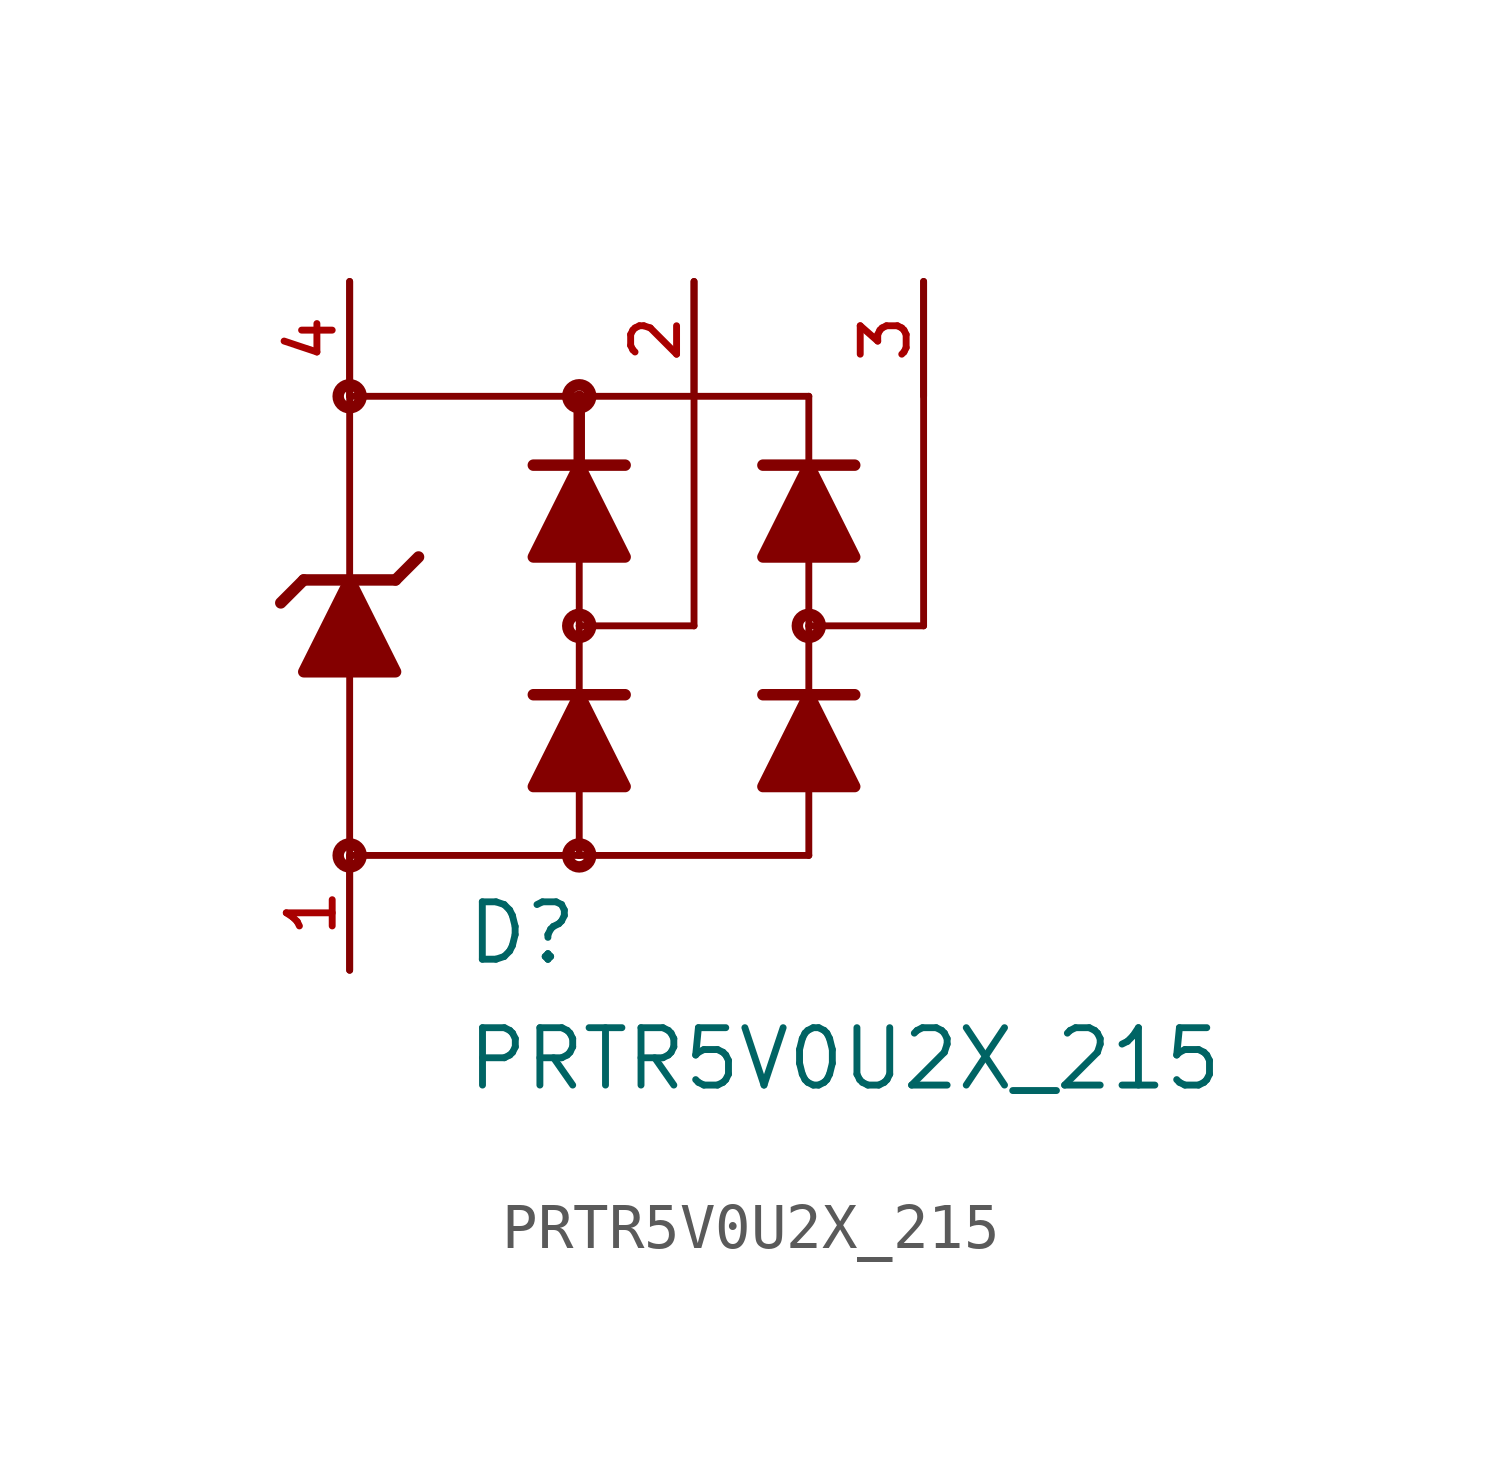
<source format=kicad_sym>
(kicad_symbol_lib
  (version 20211014)
  (generator kicad_symbol_editor)
  (symbol "PRTR5V0U2X_215"
    (pin_names
      (offset 1.016))
    (property "Reference" "D"
      (at -2.547 -7.54 0)
      (effects (font (size 1.27 1.27)) (justify bottom left)))
    (property "Value" "PRTR5V0U2X_215"
      (at -2.543 -10.325 0)
      (effects (font (size 1.27 1.27)) (justify bottom left)))
    (symbol "PRTR5V0U2X_215_0_0"
      (circle (center -5.08 5.08) (radius 0.254) (stroke (width 0.254)) (fill (type none)))
      (circle (center 0.0 0.0) (radius 0.254) (stroke (width 0.254)) (fill (type none)))
      (circle (center 5.08 0.0) (radius 0.254) (stroke (width 0.254)) (fill (type none)))
      (circle (center 0.0 -5.08) (radius 0.254) (stroke (width 0.254)) (fill (type none)))
      (circle (center -5.08 -5.08) (radius 0.254) (stroke (width 0.254)) (fill (type none)))
      (circle (center 0.0 5.08) (radius 0.254) (stroke (width 0.254)) (fill (type none)))
      (polyline (pts (xy -1.016 3.556) (xy 0.0 3.556)) (stroke (width 0.254)))
      (polyline (pts (xy 0.0 3.556) (xy 1.016 3.556)) (stroke (width 0.254)))
      (polyline (pts (xy -1.016 -1.524) (xy 0.0 -1.524)) (stroke (width 0.254)))
      (polyline (pts (xy 0.0 -1.524) (xy 1.016 -1.524)) (stroke (width 0.254)))
      (polyline (pts (xy 4.064 3.556) (xy 5.08 3.556)) (stroke (width 0.254)))
      (polyline (pts (xy 5.08 3.556) (xy 6.096 3.556)) (stroke (width 0.254)))
      (polyline (pts (xy 4.064 -1.524) (xy 5.08 -1.524)) (stroke (width 0.254)))
      (polyline (pts (xy 5.08 -1.524) (xy 6.096 -1.524)) (stroke (width 0.254)))
      (polyline (pts (xy -6.096 1.016) (xy -5.08 1.016)) (stroke (width 0.254)))
      (polyline (pts (xy -5.08 1.016) (xy -4.064 1.016)) (stroke (width 0.254)))
      (polyline (pts (xy -4.064 1.016) (xy -3.556 1.524)) (stroke (width 0.254)))
      (polyline (pts (xy -6.096 1.016) (xy -6.604 0.508)) (stroke (width 0.254)))
      (polyline (pts (xy 0.0 -1.524) (xy 0.0 0.0)) (stroke (width 0.152)))
      (polyline (pts (xy 0.0 0.0) (xy 0.0 1.524)) (stroke (width 0.152)))
      (polyline (pts (xy 5.08 -1.524) (xy 5.08 0.0)) (stroke (width 0.152)))
      (polyline (pts (xy 5.08 0.0) (xy 5.08 1.524)) (stroke (width 0.152)))
      (polyline (pts (xy 0.0 0.0) (xy 2.54 0.0)) (stroke (width 0.152)))
      (polyline (pts (xy 2.54 0.0) (xy 2.54 7.62)) (stroke (width 0.152)))
      (polyline (pts (xy 5.08 0.0) (xy 7.62 0.0)) (stroke (width 0.152)))
      (polyline (pts (xy 7.62 0.0) (xy 7.62 7.62)) (stroke (width 0.152)))
      (polyline (pts (xy 5.08 3.556) (xy 5.08 5.08)) (stroke (width 0.152)))
      (polyline (pts (xy 5.08 5.08) (xy 0.0 5.08)) (stroke (width 0.152)))
      (polyline (pts (xy 0.0 3.556) (xy 0.0 5.08)) (stroke (width 0.254)))
      (polyline (pts (xy 0.0 5.08) (xy -5.08 5.08)) (stroke (width 0.152)))
      (polyline (pts (xy -5.08 1.016) (xy -5.08 7.62)) (stroke (width 0.152)))
      (polyline (pts (xy 5.08 -3.556) (xy 5.08 -5.08)) (stroke (width 0.152)))
      (polyline (pts (xy 5.08 -5.08) (xy 0.0 -5.08)) (stroke (width 0.152)))
      (polyline (pts (xy 0.0 -3.556) (xy 0.0 -5.08)) (stroke (width 0.152)))
      (polyline (pts (xy 0.0 -5.08) (xy -5.08 -5.08)) (stroke (width 0.152)))
      (polyline (pts (xy -5.08 -1.016) (xy -5.08 -7.62)) (stroke (width 0.152)))
      (polyline (pts (xy -6.096 -1.016) (xy -5.08 1.016) (xy -4.064 -1.016) (xy -6.096 -1.016)) (stroke (width 0.254)) (fill (type outline)))
      (polyline (pts (xy -1.016 1.524) (xy 0.0 3.556) (xy 1.016 1.524) (xy -1.016 1.524)) (stroke (width 0.254)) (fill (type outline)))
      (polyline (pts (xy 4.064 1.524) (xy 5.08 3.556) (xy 6.096 1.524) (xy 4.064 1.524)) (stroke (width 0.254)) (fill (type outline)))
      (polyline (pts (xy -1.016 -3.556) (xy 0.0 -1.524) (xy 1.016 -3.556) (xy -1.016 -3.556)) (stroke (width 0.254)) (fill (type outline)))
      (polyline (pts (xy 4.064 -3.556) (xy 5.08 -1.524) (xy 6.096 -3.556) (xy 4.064 -3.556)) (stroke (width 0.254)) (fill (type outline)))
      (pin passive line (at -5.08 -7.62 90.0) (length 2.54) (name "~" (effects (font (size 1.016 1.016)))) (number "1" (effects (font (size 1.016 1.016)))))
      (pin passive line (at 2.54 7.62 270.0) (length 2.54) (name "~" (effects (font (size 1.016 1.016)))) (number "2" (effects (font (size 1.016 1.016)))))
      (pin passive line (at 7.62 7.62 270.0) (length 2.54) (name "~" (effects (font (size 1.016 1.016)))) (number "3" (effects (font (size 1.016 1.016)))))
      (pin passive line (at -5.08 7.62 270.0) (length 2.54) (name "~" (effects (font (size 1.016 1.016)))) (number "4" (effects (font (size 1.016 1.016))))))))
</source>
